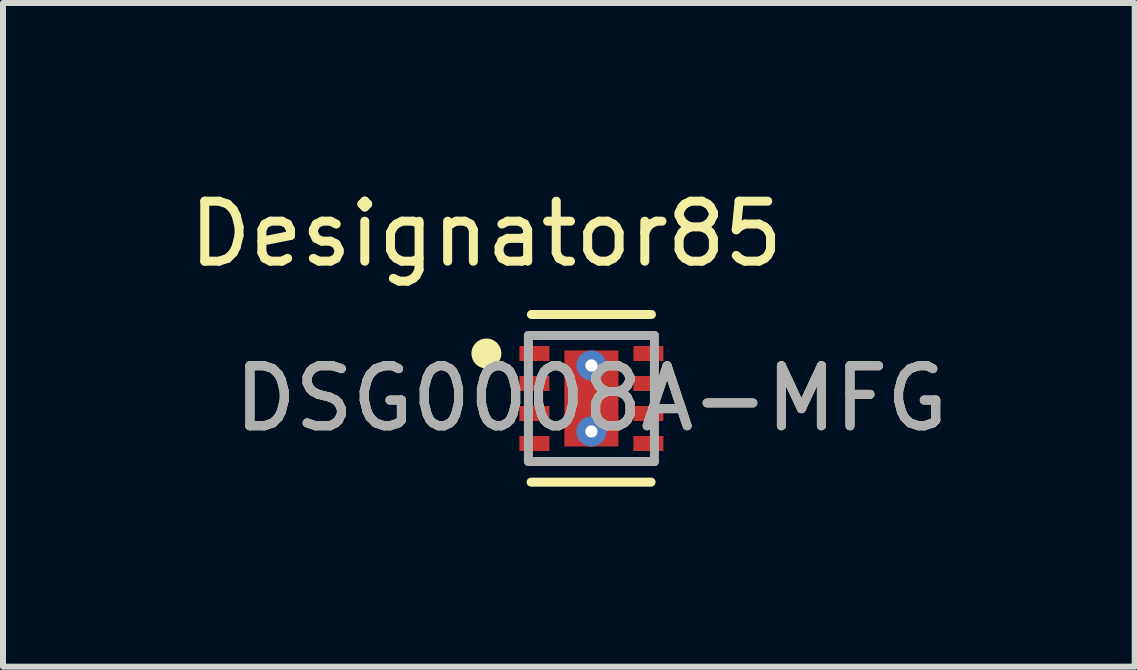
<source format=kicad_pcb>
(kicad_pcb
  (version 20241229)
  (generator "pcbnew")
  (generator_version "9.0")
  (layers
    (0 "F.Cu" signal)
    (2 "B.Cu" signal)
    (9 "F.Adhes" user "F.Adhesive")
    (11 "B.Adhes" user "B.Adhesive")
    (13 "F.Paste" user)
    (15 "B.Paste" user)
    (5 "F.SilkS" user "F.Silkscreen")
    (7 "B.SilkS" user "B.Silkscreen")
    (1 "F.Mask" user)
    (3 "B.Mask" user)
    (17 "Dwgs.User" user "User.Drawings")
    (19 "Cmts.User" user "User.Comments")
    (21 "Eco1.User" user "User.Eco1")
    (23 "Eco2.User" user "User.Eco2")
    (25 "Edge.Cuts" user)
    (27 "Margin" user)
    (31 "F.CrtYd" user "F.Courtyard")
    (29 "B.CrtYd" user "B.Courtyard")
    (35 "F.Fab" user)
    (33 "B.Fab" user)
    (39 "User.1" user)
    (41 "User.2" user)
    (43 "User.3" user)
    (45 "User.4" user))
  (footprint "DSG0008A-MFG"
    (layer "F.Cu")
    (at 6.806 3.591)
    (property "Reference" "DSG0008A-MFG" (at 0 0 0) (unlocked yes) (layer "F.SilkS") (effects (font (size 1 1) (thickness 0.15))))
    (attr smd)
    (fp_line (start -1.005 1.394) (end 0.995 1.394) (stroke (width 0.15) (type solid)) (layer "F.SilkS"))
    (fp_line (start -1 -1.4) (end 1 -1.4) (stroke (width 0.15) (type solid)) (layer "F.SilkS"))
    (fp_circle (center -1.75 -0.75) (end -1.625 -0.75) (stroke (width 0.25) (type solid)) (fill no) (layer "F.SilkS"))
    (fp_poly (pts (xy -0.45 -0.75) (xy -0.4 -0.8) (xy 0.4 -0.8) (xy 0.45 -0.75) (xy 0.45 -0.15) (xy 0.4 -0.1) (xy -0.4 -0.1) (xy -0.45 -0.15)) (stroke (width 0) (type solid)) (fill yes) (layer "F.Paste"))
    (fp_poly (pts (xy -0.45 0.15) (xy -0.4 0.1) (xy 0.4 0.1) (xy 0.45 0.15) (xy 0.45 0.75) (xy 0.4 0.8) (xy -0.4 0.8) (xy -0.45 0.75)) (stroke (width 0) (type solid)) (fill yes) (layer "F.Paste"))
    (fp_line (start -1.05 -1.05) (end 1.05 -1.05) (stroke (width 0.15) (type solid)) (layer "F.Fab"))
    (fp_line (start -1.05 1.05) (end -1.05 -1.05) (stroke (width 0.15) (type solid)) (layer "F.Fab"))
    (fp_line (start -1.05 1.05) (end 1.05 1.05) (stroke (width 0.15) (type solid)) (layer "F.Fab"))
    (fp_line (start 1.05 1.05) (end 1.05 -1.05) (stroke (width 0.15) (type solid)) (layer "F.Fab"))
    (fp_text user "Designator85" (at -1.753 -2.743 0) (unlocked yes) (layer "F.SilkS") (effects (font (size 1 1) (thickness 0.15))))
    (fp_text user "${REFERENCE}" (at 0 0 0) (unlocked yes) (layer "F.Fab") (effects (font (size 1 1) (thickness 0.15))))
    (pad "1" smd rect (at -0.95 -0.75) (size 0.5 0.25) (layers "F.Cu" "F.Mask" "F.Paste"))
    (pad "2" smd rect (at -0.95 -0.25) (size 0.5 0.25) (layers "F.Cu" "F.Mask" "F.Paste"))
    (pad "3" smd rect (at -0.95 0.25) (size 0.5 0.25) (layers "F.Cu" "F.Mask" "F.Paste"))
    (pad "4" smd rect (at -0.95 0.75) (size 0.5 0.25) (layers "F.Cu" "F.Mask" "F.Paste"))
    (pad "5" smd rect (at 0.95 0.75) (size 0.5 0.25) (layers "F.Cu" "F.Mask" "F.Paste"))
    (pad "6" smd rect (at 0.95 0.25) (size 0.5 0.25) (layers "F.Cu" "F.Mask" "F.Paste"))
    (pad "7" smd rect (at 0.95 -0.25) (size 0.5 0.25) (layers "F.Cu" "F.Mask" "F.Paste"))
    (pad "8" smd rect (at 0.95 -0.75) (size 0.5 0.25) (layers "F.Cu" "F.Mask" "F.Paste"))
    (pad "9" smd rect (at 0 0) (size 0.9 1.6) (layers "F.Cu" "F.Mask"))
    (pad "10" thru_hole circle (at 0 -0.55) (size 0.5 0.5) (drill 0.203) (layers "*.Cu" "*.Mask"))
    (pad "11" thru_hole circle (at 0 0.55) (size 0.5 0.5) (drill 0.203) (layers "*.Cu" "*.Mask")))
  (gr_rect
    (start -3 -3)
    (end 15.86 8.06)
    (stroke (width 0.1) (type default))
    (fill no)
    (layer "Edge.Cuts")))
</source>
